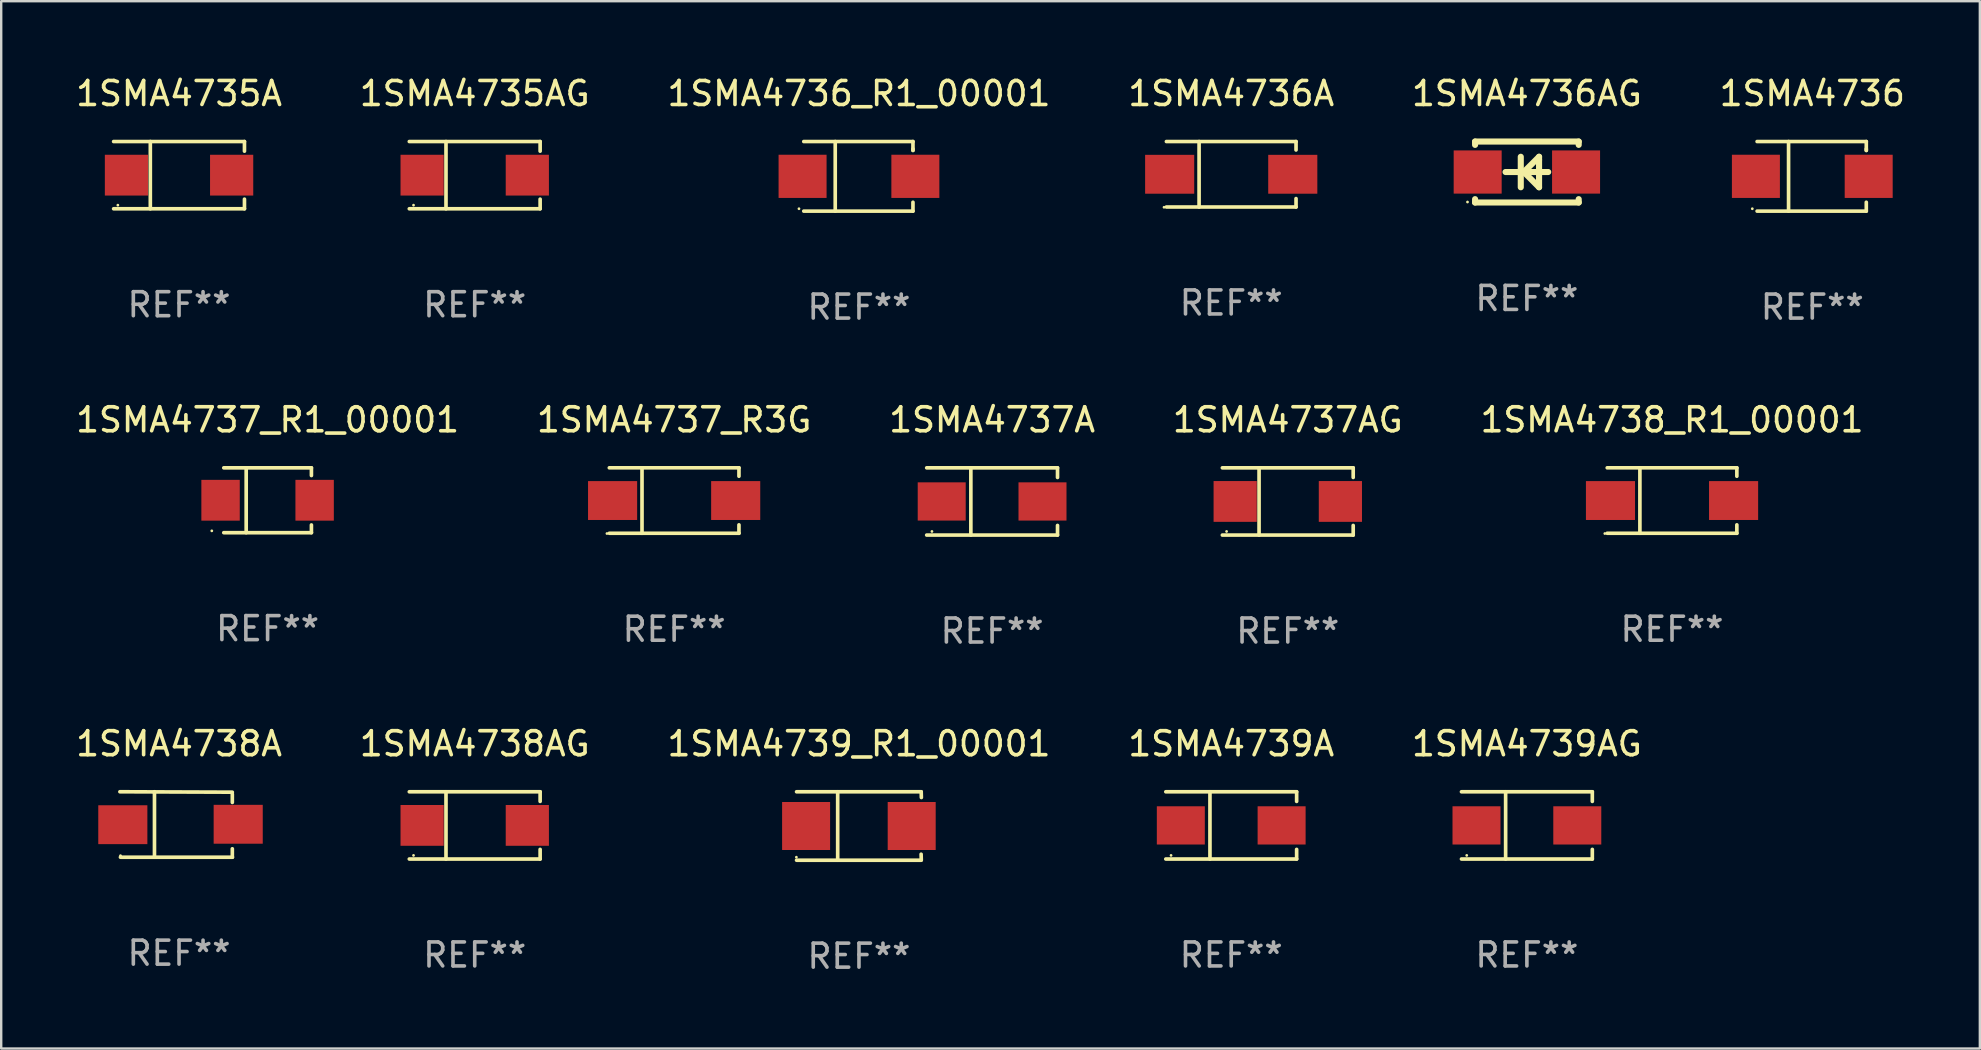
<source format=kicad_pcb>
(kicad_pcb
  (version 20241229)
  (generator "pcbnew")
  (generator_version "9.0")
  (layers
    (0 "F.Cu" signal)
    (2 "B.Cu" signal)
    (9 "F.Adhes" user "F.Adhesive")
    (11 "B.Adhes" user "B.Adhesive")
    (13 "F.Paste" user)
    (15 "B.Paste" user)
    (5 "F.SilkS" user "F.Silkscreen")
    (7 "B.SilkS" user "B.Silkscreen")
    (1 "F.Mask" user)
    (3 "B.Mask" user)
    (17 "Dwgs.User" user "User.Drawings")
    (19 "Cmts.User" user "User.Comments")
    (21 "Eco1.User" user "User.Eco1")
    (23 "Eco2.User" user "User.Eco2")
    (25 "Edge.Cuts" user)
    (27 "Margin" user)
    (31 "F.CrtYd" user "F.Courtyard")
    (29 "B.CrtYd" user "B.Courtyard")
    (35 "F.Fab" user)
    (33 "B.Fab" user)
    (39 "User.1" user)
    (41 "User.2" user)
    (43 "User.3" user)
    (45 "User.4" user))
  (footprint "1SMA4738AG"
    (layer "F.Cu")
    (at 16.732 31.345)
    (property "Reference" "1SMA4738AG" (at 0 -3.401 0) (layer "F.SilkS") (effects (font (size 1 1) (thickness 0.15))))
    (attr through_hole)
    (fp_line (start -2.726 -1.401) (end 2.726 -1.401) (stroke (width 0.152) (type solid)) (layer "F.SilkS"))
    (fp_line (start -2.726 1.401) (end 2.726 1.401) (stroke (width 0.152) (type solid)) (layer "F.SilkS"))
    (fp_line (start -1.197 -1.401) (end -1.197 1.401) (stroke (width 0.152) (type solid)) (layer "F.SilkS"))
    (fp_line (start 2.726 -1.401) (end 2.726 -1) (stroke (width 0.152) (type solid)) (layer "F.SilkS"))
    (fp_line (start 2.726 1.401) (end 2.726 1) (stroke (width 0.152) (type solid)) (layer "F.SilkS"))
    (fp_circle (center -2.55 1.25) (end -2.52 1.25) (stroke (width 0.06) (type solid)) (fill no) (layer "F.SilkS"))
    (fp_text user "REF**" (at 0 5.401 0) (layer "F.Fab") (effects (font (size 1 1) (thickness 0.15))))
    (pad "1" smd rect (at -2.192 0) (size 1.8 1.7) (layers "F.Cu" "F.Mask" "F.Paste"))
    (pad "2" smd rect (at 2.192 0) (size 1.8 1.7) (layers "F.Cu" "F.Mask" "F.Paste")))
  (footprint "1SMA4739AG"
    (layer "F.Cu")
    (at 60.577 31.345)
    (property "Reference" "1SMA4739AG" (at 0 -3.401 0) (layer "F.SilkS") (effects (font (size 1 1) (thickness 0.15))))
    (attr through_hole)
    (fp_line (start -2.726 -1.401) (end 2.726 -1.401) (stroke (width 0.152) (type solid)) (layer "F.SilkS"))
    (fp_line (start -2.726 1.401) (end 2.726 1.401) (stroke (width 0.152) (type solid)) (layer "F.SilkS"))
    (fp_line (start -0.886 -1.401) (end -0.886 1.401) (stroke (width 0.152) (type solid)) (layer "F.SilkS"))
    (fp_line (start 2.726 -1.401) (end 2.726 -1) (stroke (width 0.152) (type solid)) (layer "F.SilkS"))
    (fp_line (start 2.726 1.401) (end 2.726 1) (stroke (width 0.152) (type solid)) (layer "F.SilkS"))
    (fp_circle (center -2.507 1.25) (end -2.477 1.25) (stroke (width 0.06) (type solid)) (fill no) (layer "F.SilkS"))
    (fp_text user "REF**" (at 0 5.401 0) (layer "F.Fab") (effects (font (size 1 1) (thickness 0.15))))
    (pad "1" smd rect (at -2.1 0 180) (size 2 1.593) (layers "F.Cu" "F.Mask" "F.Paste"))
    (pad "2" smd rect (at 2.1 0 180) (size 2 1.593) (layers "F.Cu" "F.Mask" "F.Paste")))
  (footprint "1SMA4736"
    (layer "F.Cu")
    (at 72.47 4.298)
    (property "Reference" "1SMA4736" (at 0 -3.45 0) (layer "F.SilkS") (effects (font (size 1 1) (thickness 0.15))))
    (attr through_hole)
    (fp_line (start -2.3 -1.45) (end 2.25 -1.45) (stroke (width 0.152) (type solid)) (layer "F.SilkS"))
    (fp_line (start -0.989 -1.45) (end -0.989 1.45) (stroke (width 0.152) (type solid)) (layer "F.SilkS"))
    (fp_line (start 2.25 -1.45) (end 2.25 -1.08) (stroke (width 0.152) (type solid)) (layer "F.SilkS"))
    (fp_line (start 2.25 -1.08) (end 2.25 -1.142) (stroke (width 0.152) (type solid)) (layer "F.SilkS"))
    (fp_line (start 2.25 1.45) (end -2.3 1.45) (stroke (width 0.152) (type solid)) (layer "F.SilkS"))
    (fp_line (start 2.25 1.45) (end 2.25 1.08) (stroke (width 0.152) (type solid)) (layer "F.SilkS"))
    (fp_circle (center -2.5 1.35) (end -2.47 1.35) (stroke (width 0.06) (type solid)) (fill no) (layer "F.SilkS"))
    (fp_text user "REF**" (at 0 5.45 0) (layer "F.Fab") (effects (font (size 1 1) (thickness 0.15))))
    (pad "1" smd rect (at -2.35 0.000025) (size 2 1.8) (layers "F.Cu" "F.Mask" "F.Paste"))
    (pad "2" smd rect (at 2.35 0.000025) (size 2 1.8) (layers "F.Cu" "F.Mask" "F.Paste")))
  (footprint "1SMA4735AG"
    (layer "F.Cu")
    (at 16.732 4.249)
    (property "Reference" "1SMA4735AG" (at 0 -3.401 0) (layer "F.SilkS") (effects (font (size 1 1) (thickness 0.15))))
    (attr through_hole)
    (fp_line (start -2.726 -1.401) (end 2.726 -1.401) (stroke (width 0.152) (type solid)) (layer "F.SilkS"))
    (fp_line (start -2.726 1.401) (end 2.726 1.401) (stroke (width 0.152) (type solid)) (layer "F.SilkS"))
    (fp_line (start -1.197 -1.401) (end -1.197 1.401) (stroke (width 0.152) (type solid)) (layer "F.SilkS"))
    (fp_line (start 2.726 -1.401) (end 2.726 -1) (stroke (width 0.152) (type solid)) (layer "F.SilkS"))
    (fp_line (start 2.726 1.401) (end 2.726 1) (stroke (width 0.152) (type solid)) (layer "F.SilkS"))
    (fp_circle (center -2.55 1.25) (end -2.52 1.25) (stroke (width 0.06) (type solid)) (fill no) (layer "F.SilkS"))
    (fp_text user "REF**" (at 0 5.401 0) (layer "F.Fab") (effects (font (size 1 1) (thickness 0.15))))
    (pad "1" smd rect (at -2.192 0) (size 1.8 1.7) (layers "F.Cu" "F.Mask" "F.Paste"))
    (pad "2" smd rect (at 2.192 0) (size 1.8 1.7) (layers "F.Cu" "F.Mask" "F.Paste")))
  (footprint "1SMA4739_R1_00001"
    (layer "F.Cu")
    (at 32.744 31.37)
    (property "Reference" "1SMA4739_R1_00001" (at 0 -3.426 0) (layer "F.SilkS") (effects (font (size 1 1) (thickness 0.15))))
    (attr through_hole)
    (fp_line (start -2.6 -1.426) (end 2.593 -1.426) (stroke (width 0.152) (type solid)) (layer "F.SilkS"))
    (fp_line (start -2.6 1.426) (end 2.593 1.426) (stroke (width 0.152) (type solid)) (layer "F.SilkS"))
    (fp_line (start -0.887 -1.426) (end -0.887 1.426) (stroke (width 0.152) (type solid)) (layer "F.SilkS"))
    (fp_line (start 2.59 1.176) (end 2.597 1.415) (stroke (width 0.152) (type solid)) (layer "F.SilkS"))
    (fp_line (start 2.593 -1.426) (end 2.6 -1.187) (stroke (width 0.152) (type solid)) (layer "F.SilkS"))
    (fp_circle (center -2.608 1.3) (end -2.578 1.3) (stroke (width 0.06) (type solid)) (fill no) (layer "F.SilkS"))
    (fp_text user "REF**" (at 0 5.426 0) (layer "F.Fab") (effects (font (size 1 1) (thickness 0.15))))
    (pad "1" smd rect (at -2.203 0 180) (size 2 2) (layers "F.Cu" "F.Mask" "F.Paste"))
    (pad "2" smd rect (at 2.197 0 180) (size 2 2) (layers "F.Cu" "F.Mask" "F.Paste")))
  (footprint "1SMA4737_R3G"
    (layer "F.Cu")
    (at 25.042 17.808)
    (property "Reference" "1SMA4737_R3G" (at 0 -3.364 0) (layer "F.SilkS") (effects (font (size 1 1) (thickness 0.15))))
    (attr through_hole)
    (fp_line (start -2.701 -1.364) (end 2.701 -1.364) (stroke (width 0.152) (type solid)) (layer "F.SilkS"))
    (fp_line (start -2.701 1.364) (end 2.701 1.364) (stroke (width 0.152) (type solid)) (layer "F.SilkS"))
    (fp_line (start -1.339 -1.364) (end -1.339 1.364) (stroke (width 0.152) (type solid)) (layer "F.SilkS"))
    (fp_line (start 2.701 -1.364) (end 2.701 -1.013) (stroke (width 0.152) (type solid)) (layer "F.SilkS"))
    (fp_line (start 2.701 1.364) (end 2.701 1.013) (stroke (width 0.152) (type solid)) (layer "F.SilkS"))
    (fp_circle (center -2.8 1.375) (end -2.77 1.375) (stroke (width 0.06) (type solid)) (fill no) (layer "F.SilkS"))
    (fp_text user "REF**" (at 0 5.364 0) (layer "F.Fab") (effects (font (size 1 1) (thickness 0.15))))
    (pad "1" smd rect (at -2.565 -0.000025) (size 2.046 1.62) (layers "F.Cu" "F.Mask" "F.Paste"))
    (pad "2" smd rect (at 2.565 -0.000025) (size 2.046 1.62) (layers "F.Cu" "F.Mask" "F.Paste")))
  (footprint "1SMA4737_R1_00001"
    (layer "F.Cu")
    (at 8.101 17.796)
    (property "Reference" "1SMA4737_R1_00001" (at 0 -3.351 0) (layer "F.SilkS") (effects (font (size 1 1) (thickness 0.15))))
    (attr through_hole)
    (fp_line (start -1.826 -1.351) (end 1.826 -1.351) (stroke (width 0.152) (type solid)) (layer "F.SilkS"))
    (fp_line (start -1.826 1.351) (end 1.826 1.351) (stroke (width 0.152) (type solid)) (layer "F.SilkS"))
    (fp_line (start -0.892 -1.351) (end -0.892 1.351) (stroke (width 0.152) (type solid)) (layer "F.SilkS"))
    (fp_line (start 1.826 -1.351) (end 1.826 -1.03) (stroke (width 0.152) (type solid)) (layer "F.SilkS"))
    (fp_line (start 1.826 1.03) (end 1.826 1.351) (stroke (width 0.152) (type solid)) (layer "F.SilkS"))
    (fp_circle (center -2.325 1.275) (end -2.295 1.275) (stroke (width 0.06) (type solid)) (fill no) (layer "F.SilkS"))
    (fp_text user "REF**" (at 0 5.351 0) (layer "F.Fab") (effects (font (size 1 1) (thickness 0.15))))
    (pad "1" smd rect (at -1.96 0 180) (size 1.6 1.7) (layers "F.Cu" "F.Mask" "F.Paste"))
    (pad "2" smd rect (at 1.96 0 180) (size 1.6 1.7) (layers "F.Cu" "F.Mask" "F.Paste")))
  (footprint "1SMA4737A"
    (layer "F.Cu")
    (at 38.292 17.846)
    (property "Reference" "1SMA4737A" (at 0 -3.401 0) (layer "F.SilkS") (effects (font (size 1 1) (thickness 0.15))))
    (attr through_hole)
    (fp_line (start -2.726 -1.401) (end 2.726 -1.401) (stroke (width 0.152) (type solid)) (layer "F.SilkS"))
    (fp_line (start -2.726 1.401) (end 2.726 1.401) (stroke (width 0.152) (type solid)) (layer "F.SilkS"))
    (fp_line (start -0.886 -1.401) (end -0.886 1.401) (stroke (width 0.152) (type solid)) (layer "F.SilkS"))
    (fp_line (start 2.726 -1.401) (end 2.726 -1) (stroke (width 0.152) (type solid)) (layer "F.SilkS"))
    (fp_line (start 2.726 1.401) (end 2.726 1) (stroke (width 0.152) (type solid)) (layer "F.SilkS"))
    (fp_circle (center -2.507 1.25) (end -2.477 1.25) (stroke (width 0.06) (type solid)) (fill no) (layer "F.SilkS"))
    (fp_text user "REF**" (at 0 5.401 0) (layer "F.Fab") (effects (font (size 1 1) (thickness 0.15))))
    (pad "1" smd rect (at -2.1 0 180) (size 2 1.593) (layers "F.Cu" "F.Mask" "F.Paste"))
    (pad "2" smd rect (at 2.1 0 180) (size 2 1.593) (layers "F.Cu" "F.Mask" "F.Paste")))
  (footprint "1SMA4736A"
    (layer "F.Cu")
    (at 48.256 4.212)
    (property "Reference" "1SMA4736A" (at 0 -3.364 0) (layer "F.SilkS") (effects (font (size 1 1) (thickness 0.15))))
    (attr through_hole)
    (fp_line (start -2.701 -1.364) (end 2.701 -1.364) (stroke (width 0.152) (type solid)) (layer "F.SilkS"))
    (fp_line (start -2.701 1.364) (end 2.701 1.364) (stroke (width 0.152) (type solid)) (layer "F.SilkS"))
    (fp_line (start -1.339 -1.364) (end -1.339 1.364) (stroke (width 0.152) (type solid)) (layer "F.SilkS"))
    (fp_line (start 2.701 -1.364) (end 2.701 -1.013) (stroke (width 0.152) (type solid)) (layer "F.SilkS"))
    (fp_line (start 2.701 1.364) (end 2.701 1.013) (stroke (width 0.152) (type solid)) (layer "F.SilkS"))
    (fp_circle (center -2.8 1.375) (end -2.77 1.375) (stroke (width 0.06) (type solid)) (fill no) (layer "F.SilkS"))
    (fp_text user "REF**" (at 0 5.364 0) (layer "F.Fab") (effects (font (size 1 1) (thickness 0.15))))
    (pad "1" smd rect (at -2.565 -0.000025) (size 2.046 1.62) (layers "F.Cu" "F.Mask" "F.Paste"))
    (pad "2" smd rect (at 2.565 -0.000025) (size 2.046 1.62) (layers "F.Cu" "F.Mask" "F.Paste")))
  (footprint "1SMA4735A"
    (layer "F.Cu")
    (at 4.411 4.249)
    (property "Reference" "1SMA4735A" (at 0 -3.401 0) (layer "F.SilkS") (effects (font (size 1 1) (thickness 0.15))))
    (attr through_hole)
    (fp_line (start -2.726 -1.401) (end 2.726 -1.401) (stroke (width 0.152) (type solid)) (layer "F.SilkS"))
    (fp_line (start -2.726 1.401) (end 2.726 1.401) (stroke (width 0.152) (type solid)) (layer "F.SilkS"))
    (fp_line (start -1.197 -1.401) (end -1.197 1.401) (stroke (width 0.152) (type solid)) (layer "F.SilkS"))
    (fp_line (start 2.726 -1.401) (end 2.726 -1) (stroke (width 0.152) (type solid)) (layer "F.SilkS"))
    (fp_line (start 2.726 1.401) (end 2.726 1) (stroke (width 0.152) (type solid)) (layer "F.SilkS"))
    (fp_circle (center -2.55 1.25) (end -2.52 1.25) (stroke (width 0.06) (type solid)) (fill no) (layer "F.SilkS"))
    (fp_text user "REF**" (at 0 5.401 0) (layer "F.Fab") (effects (font (size 1 1) (thickness 0.15))))
    (pad "1" smd rect (at -2.192 0) (size 1.8 1.7) (layers "F.Cu" "F.Mask" "F.Paste"))
    (pad "2" smd rect (at 2.192 0) (size 1.8 1.7) (layers "F.Cu" "F.Mask" "F.Paste")))
  (footprint "1SMA4738_R1_00001"
    (layer "F.Cu")
    (at 66.625 17.808)
    (property "Reference" "1SMA4738_R1_00001" (at 0 -3.364 0) (layer "F.SilkS") (effects (font (size 1 1) (thickness 0.15))))
    (attr through_hole)
    (fp_line (start -2.701 -1.364) (end 2.701 -1.364) (stroke (width 0.152) (type solid)) (layer "F.SilkS"))
    (fp_line (start -2.701 1.364) (end 2.701 1.364) (stroke (width 0.152) (type solid)) (layer "F.SilkS"))
    (fp_line (start -1.339 -1.364) (end -1.339 1.364) (stroke (width 0.152) (type solid)) (layer "F.SilkS"))
    (fp_line (start 2.701 -1.364) (end 2.701 -1.013) (stroke (width 0.152) (type solid)) (layer "F.SilkS"))
    (fp_line (start 2.701 1.364) (end 2.701 1.013) (stroke (width 0.152) (type solid)) (layer "F.SilkS"))
    (fp_circle (center -2.8 1.375) (end -2.77 1.375) (stroke (width 0.06) (type solid)) (fill no) (layer "F.SilkS"))
    (fp_text user "REF**" (at 0 5.364 0) (layer "F.Fab") (effects (font (size 1 1) (thickness 0.15))))
    (pad "1" smd rect (at -2.565 -0.000025) (size 2.046 1.62) (layers "F.Cu" "F.Mask" "F.Paste"))
    (pad "2" smd rect (at 2.565 -0.000025) (size 2.046 1.62) (layers "F.Cu" "F.Mask" "F.Paste")))
  (footprint "1SMA4739A"
    (layer "F.Cu")
    (at 48.256 31.345)
    (property "Reference" "1SMA4739A" (at 0 -3.401 0) (layer "F.SilkS") (effects (font (size 1 1) (thickness 0.15))))
    (attr through_hole)
    (fp_line (start -2.726 -1.401) (end 2.726 -1.401) (stroke (width 0.152) (type solid)) (layer "F.SilkS"))
    (fp_line (start -2.726 1.401) (end 2.726 1.401) (stroke (width 0.152) (type solid)) (layer "F.SilkS"))
    (fp_line (start -0.886 -1.401) (end -0.886 1.401) (stroke (width 0.152) (type solid)) (layer "F.SilkS"))
    (fp_line (start 2.726 -1.401) (end 2.726 -1) (stroke (width 0.152) (type solid)) (layer "F.SilkS"))
    (fp_line (start 2.726 1.401) (end 2.726 1) (stroke (width 0.152) (type solid)) (layer "F.SilkS"))
    (fp_circle (center -2.507 1.25) (end -2.477 1.25) (stroke (width 0.06) (type solid)) (fill no) (layer "F.SilkS"))
    (fp_text user "REF**" (at 0 5.401 0) (layer "F.Fab") (effects (font (size 1 1) (thickness 0.15))))
    (pad "1" smd rect (at -2.1 0 180) (size 2 1.593) (layers "F.Cu" "F.Mask" "F.Paste"))
    (pad "2" smd rect (at 2.1 0 180) (size 2 1.593) (layers "F.Cu" "F.Mask" "F.Paste")))
  (footprint "1SMA4736_R1_00001"
    (layer "F.Cu")
    (at 32.744 4.298)
    (property "Reference" "1SMA4736_R1_00001" (at 0 -3.45 0) (layer "F.SilkS") (effects (font (size 1 1) (thickness 0.15))))
    (attr through_hole)
    (fp_line (start -2.3 -1.45) (end 2.25 -1.45) (stroke (width 0.152) (type solid)) (layer "F.SilkS"))
    (fp_line (start -0.989 -1.45) (end -0.989 1.45) (stroke (width 0.152) (type solid)) (layer "F.SilkS"))
    (fp_line (start 2.25 -1.45) (end 2.25 -1.08) (stroke (width 0.152) (type solid)) (layer "F.SilkS"))
    (fp_line (start 2.25 -1.08) (end 2.25 -1.142) (stroke (width 0.152) (type solid)) (layer "F.SilkS"))
    (fp_line (start 2.25 1.45) (end -2.3 1.45) (stroke (width 0.152) (type solid)) (layer "F.SilkS"))
    (fp_line (start 2.25 1.45) (end 2.25 1.08) (stroke (width 0.152) (type solid)) (layer "F.SilkS"))
    (fp_circle (center -2.5 1.35) (end -2.47 1.35) (stroke (width 0.06) (type solid)) (fill no) (layer "F.SilkS"))
    (fp_text user "REF**" (at 0 5.45 0) (layer "F.Fab") (effects (font (size 1 1) (thickness 0.15))))
    (pad "1" smd rect (at -2.35 0.000025) (size 2 1.8) (layers "F.Cu" "F.Mask" "F.Paste"))
    (pad "2" smd rect (at 2.35 0.000025) (size 2 1.8) (layers "F.Cu" "F.Mask" "F.Paste")))
  (footprint "1SMA4737AG"
    (layer "F.Cu")
    (at 50.613 17.846)
    (property "Reference" "1SMA4737AG" (at 0 -3.401 0) (layer "F.SilkS") (effects (font (size 1 1) (thickness 0.15))))
    (attr through_hole)
    (fp_line (start -2.726 -1.401) (end 2.726 -1.401) (stroke (width 0.152) (type solid)) (layer "F.SilkS"))
    (fp_line (start -2.726 1.401) (end 2.726 1.401) (stroke (width 0.152) (type solid)) (layer "F.SilkS"))
    (fp_line (start -1.197 -1.401) (end -1.197 1.401) (stroke (width 0.152) (type solid)) (layer "F.SilkS"))
    (fp_line (start 2.726 -1.401) (end 2.726 -1) (stroke (width 0.152) (type solid)) (layer "F.SilkS"))
    (fp_line (start 2.726 1.401) (end 2.726 1) (stroke (width 0.152) (type solid)) (layer "F.SilkS"))
    (fp_circle (center -2.55 1.25) (end -2.52 1.25) (stroke (width 0.06) (type solid)) (fill no) (layer "F.SilkS"))
    (fp_text user "REF**" (at 0 5.401 0) (layer "F.Fab") (effects (font (size 1 1) (thickness 0.15))))
    (pad "1" smd rect (at -2.192 0) (size 1.8 1.7) (layers "F.Cu" "F.Mask" "F.Paste"))
    (pad "2" smd rect (at 2.192 0) (size 1.8 1.7) (layers "F.Cu" "F.Mask" "F.Paste")))
  (footprint "1SMA4738A"
    (layer "F.Cu")
    (at 4.411 31.307)
    (property "Reference" "1SMA4738A" (at 0 -3.364 0) (layer "F.SilkS") (effects (font (size 1 1) (thickness 0.15))))
    (attr through_hole)
    (fp_line (start -2.465 -1.364) (end 2.22 -1.346) (stroke (width 0.152) (type solid)) (layer "F.SilkS"))
    (fp_line (start -2.442 1.364) (end 2.226 1.364) (stroke (width 0.152) (type solid)) (layer "F.SilkS"))
    (fp_line (start -1.024 -1.364) (end -1.024 1.364) (stroke (width 0.152) (type solid)) (layer "F.SilkS"))
    (fp_line (start 2.22 -1.27) (end 2.22 -0.919) (stroke (width 0.152) (type solid)) (layer "F.SilkS"))
    (fp_line (start 2.22 1.364) (end 2.22 1.013) (stroke (width 0.152) (type solid)) (layer "F.SilkS"))
    (fp_circle (center -2.439 1.3) (end -2.409 1.3) (stroke (width 0.06) (type solid)) (fill no) (layer "F.SilkS"))
    (fp_text user "REF**" (at 0 5.364 0) (layer "F.Fab") (effects (font (size 1 1) (thickness 0.15))))
    (pad "1" smd rect (at -2.343 0.009) (size 2.046 1.62) (layers "F.Cu" "F.Mask" "F.Paste"))
    (pad "2" smd rect (at 2.465 -0.009 180) (size 2.046 1.62) (layers "F.Cu" "F.Mask" "F.Paste")))
  (footprint "1SMA4736AG"
    (layer "F.Cu")
    (at 60.577 4.118)
    (property "Reference" "1SMA4736AG" (at 0 -3.27 0) (layer "F.SilkS") (effects (font (size 1 1) (thickness 0.15))))
    (attr through_hole)
    (fp_line (start -2.159 -1.27) (end -2.159 -1.131) (stroke (width 0.254) (type solid)) (layer "F.SilkS"))
    (fp_line (start -2.159 1.131) (end -2.159 1.27) (stroke (width 0.254) (type solid)) (layer "F.SilkS"))
    (fp_line (start -2.159 1.27) (end 2.159 1.27) (stroke (width 0.254) (type solid)) (layer "F.SilkS"))
    (fp_line (start -0.255 -0.635) (end -0.255 0.635) (stroke (width 0.254) (type solid)) (layer "F.SilkS"))
    (fp_line (start -0.128 0) (end 0.507 -0.635) (stroke (width 0.254) (type solid)) (layer "F.SilkS"))
    (fp_line (start 0.507 -0.635) (end 0.507 -0.508) (stroke (width 0.254) (type solid)) (layer "F.SilkS"))
    (fp_line (start 0.507 -0.508) (end 0.507 0.635) (stroke (width 0.254) (type solid)) (layer "F.SilkS"))
    (fp_line (start 0.507 0.635) (end -0.128 0) (stroke (width 0.254) (type solid)) (layer "F.SilkS"))
    (fp_line (start 0.888 0) (end -0.89 0) (stroke (width 0.254) (type solid)) (layer "F.SilkS"))
    (fp_line (start 2.159 -1.27) (end -2.159 -1.27) (stroke (width 0.254) (type solid)) (layer "F.SilkS"))
    (fp_line (start 2.159 -1.131) (end 2.159 -1.27) (stroke (width 0.254) (type solid)) (layer "F.SilkS"))
    (fp_line (start 2.159 1.27) (end 2.159 1.131) (stroke (width 0.254) (type solid)) (layer "F.SilkS"))
    (fp_circle (center -2.475 1.25) (end -2.445 1.25) (stroke (width 0.06) (type solid)) (fill no) (layer "F.SilkS"))
    (fp_text user "REF**" (at 0 5.27 0) (layer "F.Fab") (effects (font (size 1 1) (thickness 0.15))))
    (pad "1" smd rect (at -2.051 0) (size 2 1.8) (layers "F.Cu" "F.Mask" "F.Paste"))
    (pad "2" smd rect (at 2.049 0) (size 2 1.8) (layers "F.Cu" "F.Mask" "F.Paste")))
  (gr_rect
    (start -3 -3)
    (end 79.452 40.644)
    (stroke (width 0.1) (type default))
    (fill no)
    (layer "Edge.Cuts")))
</source>
